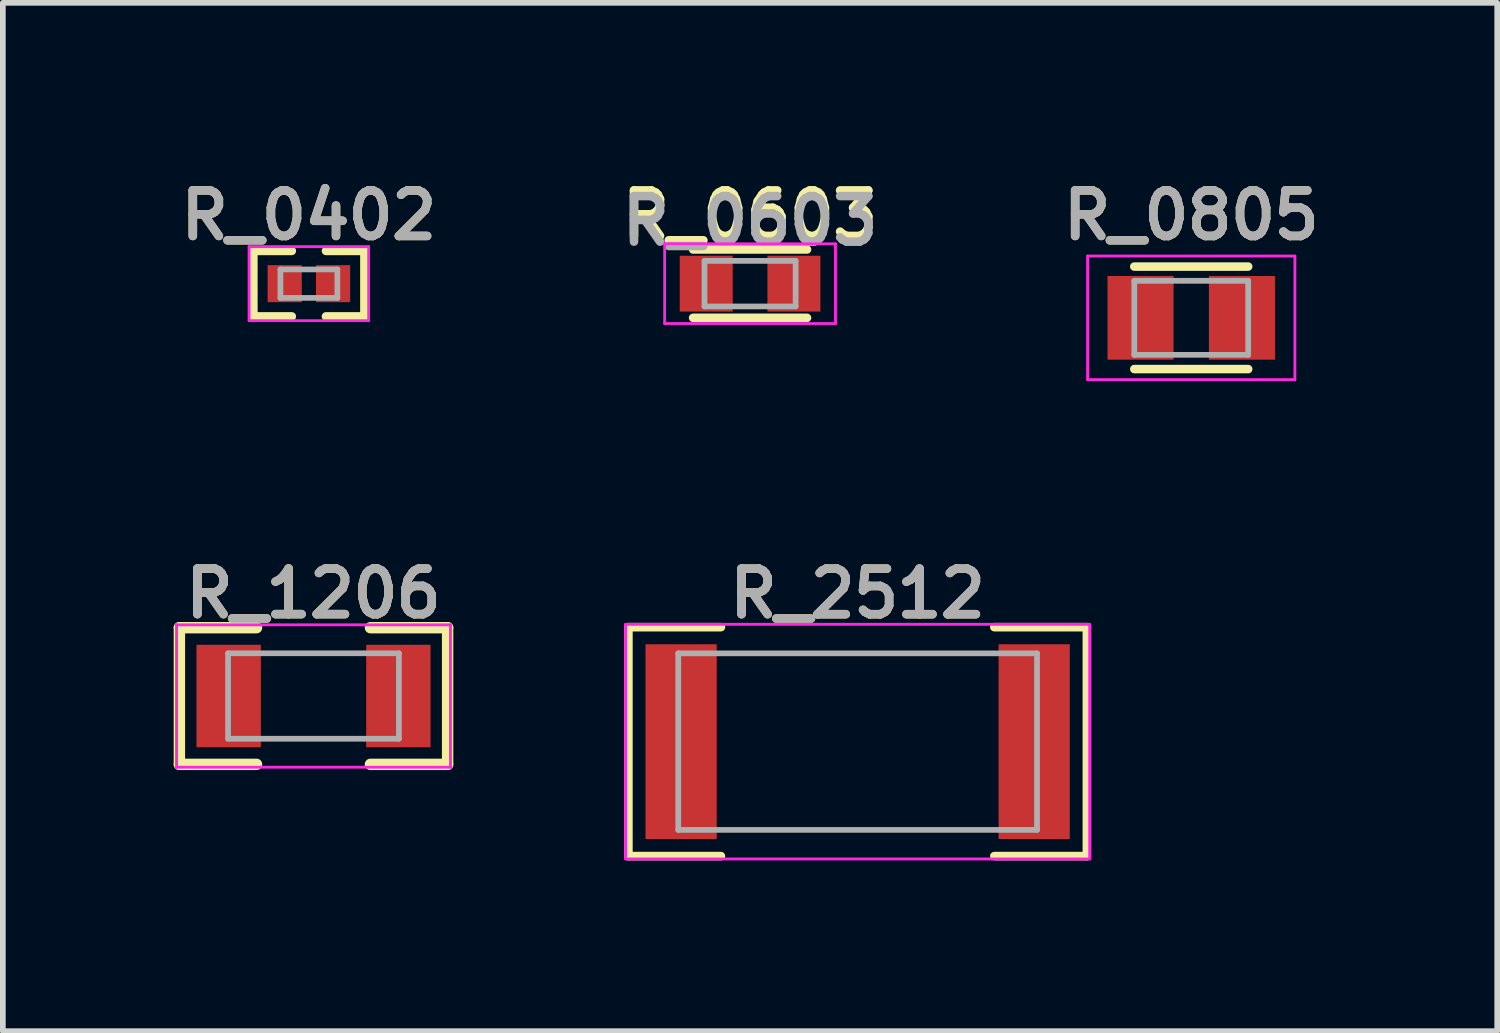
<source format=kicad_pcb>
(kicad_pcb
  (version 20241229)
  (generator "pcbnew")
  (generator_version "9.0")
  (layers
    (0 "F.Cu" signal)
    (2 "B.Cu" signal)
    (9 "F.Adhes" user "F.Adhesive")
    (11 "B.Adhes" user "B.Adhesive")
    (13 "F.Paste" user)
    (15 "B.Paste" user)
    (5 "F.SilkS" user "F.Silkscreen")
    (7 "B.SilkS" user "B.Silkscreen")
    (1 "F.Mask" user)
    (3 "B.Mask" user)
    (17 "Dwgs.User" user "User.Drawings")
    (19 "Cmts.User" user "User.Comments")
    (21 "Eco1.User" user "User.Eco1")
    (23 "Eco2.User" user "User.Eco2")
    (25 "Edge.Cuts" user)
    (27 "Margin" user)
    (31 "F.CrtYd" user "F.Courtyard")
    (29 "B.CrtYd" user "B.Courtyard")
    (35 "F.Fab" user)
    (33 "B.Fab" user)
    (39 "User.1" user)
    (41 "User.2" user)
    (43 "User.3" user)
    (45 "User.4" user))
  (footprint "R_0805"
    (layer "F.Cu")
    (at 17.868 2.531)
    (property "Reference" "R_0805" (at 0 -1.8 0) (layer "F.SilkS") (effects (font (size 0.8 0.8) (thickness 0.15))))
    (attr smd)
    (fp_line (start -1 -0.9) (end 1 -0.9) (stroke (width 0.15) (type solid)) (layer "F.SilkS"))
    (fp_line (start 1 0.9) (end -1 0.9) (stroke (width 0.15) (type solid)) (layer "F.SilkS"))
    (fp_line (start -1.82 -1.085) (end 1.82 -1.085) (stroke (width 0.05) (type solid)) (layer "F.CrtYd"))
    (fp_line (start -1.82 1.085) (end -1.82 -1.085) (stroke (width 0.05) (type solid)) (layer "F.CrtYd"))
    (fp_line (start 1.82 -1.085) (end 1.82 1.085) (stroke (width 0.05) (type solid)) (layer "F.CrtYd"))
    (fp_line (start 1.82 1.085) (end -1.82 1.085) (stroke (width 0.05) (type solid)) (layer "F.CrtYd"))
    (fp_line (start -1 -0.65) (end 1 -0.65) (stroke (width 0.1) (type solid)) (layer "F.Fab"))
    (fp_line (start -1 0.65) (end -1 -0.65) (stroke (width 0.1) (type solid)) (layer "F.Fab"))
    (fp_line (start 1 -0.65) (end 1 0.65) (stroke (width 0.1) (type solid)) (layer "F.Fab"))
    (fp_line (start 1 0.65) (end -1 0.65) (stroke (width 0.1) (type solid)) (layer "F.Fab"))
    (fp_text user "${REFERENCE}" (at 0 -1.8 0) (layer "F.Fab") (effects (font (size 0.8 0.8) (thickness 0.15))))
    (pad "1" smd rect (at -0.89 0) (size 1.16 1.47) (layers "F.Cu" "F.Mask" "F.Paste"))
    (pad "2" smd rect (at 0.89 0) (size 1.16 1.47) (layers "F.Cu" "F.Mask" "F.Paste")))
  (footprint "R_1206"
    (layer "F.Cu")
    (at 2.455 9.172)
    (property "Reference" "R_1206" (at 0 -1.8 0) (layer "F.SilkS") (effects (font (size 0.8 0.8) (thickness 0.15))))
    (attr smd)
    (fp_line (start -2.355 -1.2) (end -1 -1.2) (stroke (width 0.2) (type solid)) (layer "F.SilkS"))
    (fp_line (start -2.355 1.2) (end -2.355 -1.2) (stroke (width 0.2) (type solid)) (layer "F.SilkS"))
    (fp_line (start -2.355 1.2) (end -1 1.2) (stroke (width 0.2) (type solid)) (layer "F.SilkS"))
    (fp_line (start 1 -1.2) (end 2.355 -1.2) (stroke (width 0.2) (type solid)) (layer "F.SilkS"))
    (fp_line (start 1 1.2) (end 2.355 1.2) (stroke (width 0.2) (type solid)) (layer "F.SilkS"))
    (fp_line (start 2.355 1.2) (end 2.355 -1.2) (stroke (width 0.2) (type solid)) (layer "F.SilkS"))
    (fp_line (start -2.405 -1.25) (end 2.405 -1.25) (stroke (width 0.05) (type solid)) (layer "F.CrtYd"))
    (fp_line (start -2.405 1.25) (end -2.405 -1.25) (stroke (width 0.05) (type solid)) (layer "F.CrtYd"))
    (fp_line (start 2.405 -1.25) (end 2.405 1.25) (stroke (width 0.05) (type solid)) (layer "F.CrtYd"))
    (fp_line (start 2.405 1.25) (end -2.405 1.25) (stroke (width 0.05) (type solid)) (layer "F.CrtYd"))
    (fp_line (start -1.5 -0.75) (end 1.5 -0.75) (stroke (width 0.1) (type solid)) (layer "F.Fab"))
    (fp_line (start -1.5 0.75) (end -1.5 -0.75) (stroke (width 0.1) (type solid)) (layer "F.Fab"))
    (fp_line (start 1.5 -0.75) (end 1.5 0.75) (stroke (width 0.1) (type solid)) (layer "F.Fab"))
    (fp_line (start 1.5 0.75) (end -1.5 0.75) (stroke (width 0.1) (type solid)) (layer "F.Fab"))
    (fp_text user "${REFERENCE}" (at 0 -1.8 0) (layer "F.Fab") (effects (font (size 0.8 0.8) (thickness 0.15))))
    (pad "1" smd rect (at -1.49 0) (size 1.13 1.8) (layers "F.Cu" "F.Mask" "F.Paste"))
    (pad "2" smd rect (at 1.49 0) (size 1.13 1.8) (layers "F.Cu" "F.Mask" "F.Paste")))
  (footprint "R_0603"
    (layer "F.Cu")
    (at 10.121 1.931)
    (property "Reference" "R_0603" (at 0 -1.2 0) (layer "F.SilkS") (effects (font (size 0.8 0.8) (thickness 0.15))))
    (attr smd)
    (fp_line (start -1 -0.6) (end 1 -0.6) (stroke (width 0.15) (type solid)) (layer "F.SilkS"))
    (fp_line (start -1 0.6) (end 1 0.6) (stroke (width 0.15) (type solid)) (layer "F.SilkS"))
    (fp_line (start -1.5 -0.7) (end 1.5 -0.7) (stroke (width 0.05) (type solid)) (layer "F.CrtYd"))
    (fp_line (start -1.5 0.7) (end -1.5 -0.7) (stroke (width 0.05) (type solid)) (layer "F.CrtYd"))
    (fp_line (start 1.5 -0.7) (end 1.5 0.7) (stroke (width 0.05) (type solid)) (layer "F.CrtYd"))
    (fp_line (start 1.5 0.7) (end -1.5 0.7) (stroke (width 0.05) (type solid)) (layer "F.CrtYd"))
    (fp_line (start -0.8 -0.4) (end 0.8 -0.4) (stroke (width 0.1) (type solid)) (layer "F.Fab"))
    (fp_line (start -0.8 0.4) (end -0.8 -0.4) (stroke (width 0.1) (type solid)) (layer "F.Fab"))
    (fp_line (start 0.8 -0.4) (end 0.8 0.4) (stroke (width 0.1) (type solid)) (layer "F.Fab"))
    (fp_line (start 0.8 0.4) (end -0.8 0.4) (stroke (width 0.1) (type solid)) (layer "F.Fab"))
    (fp_text user "${REFERENCE}" (at 0 -1.1 0) (layer "F.Fab") (effects (font (size 0.8 0.8) (thickness 0.15))))
    (pad "1" smd rect (at -0.77 0) (size 0.93 0.98) (layers "F.Cu" "F.Mask" "F.Paste"))
    (pad "2" smd rect (at 0.77 0) (size 0.93 0.98) (layers "F.Cu" "F.Mask" "F.Paste")))
  (footprint "R_0402"
    (layer "F.Cu")
    (at 2.374 1.931)
    (property "Reference" "R_0402" (at 0 -1.2 0) (layer "F.SilkS") (effects (font (size 0.8 0.8) (thickness 0.15))))
    (attr smd)
    (fp_line (start -0.975 -0.575) (end -0.3 -0.575) (stroke (width 0.15) (type solid)) (layer "F.SilkS"))
    (fp_line (start -0.975 0.575) (end -0.975 -0.575) (stroke (width 0.15) (type solid)) (layer "F.SilkS"))
    (fp_line (start -0.975 0.575) (end -0.3 0.575) (stroke (width 0.15) (type solid)) (layer "F.SilkS"))
    (fp_line (start 0.3 -0.575) (end 0.975 -0.575) (stroke (width 0.15) (type solid)) (layer "F.SilkS"))
    (fp_line (start 0.3 0.575) (end 0.975 0.575) (stroke (width 0.15) (type solid)) (layer "F.SilkS"))
    (fp_line (start 0.975 -0.575) (end 0.975 0.575) (stroke (width 0.15) (type solid)) (layer "F.SilkS"))
    (fp_line (start -1.05 -0.65) (end 1.05 -0.65) (stroke (width 0.05) (type solid)) (layer "F.CrtYd"))
    (fp_line (start -1.05 0.65) (end -1.05 -0.65) (stroke (width 0.05) (type solid)) (layer "F.CrtYd"))
    (fp_line (start 1.05 -0.65) (end 1.05 0.65) (stroke (width 0.05) (type solid)) (layer "F.CrtYd"))
    (fp_line (start 1.05 0.65) (end -1.05 0.65) (stroke (width 0.05) (type solid)) (layer "F.CrtYd"))
    (fp_line (start -0.5 -0.25) (end 0.5 -0.25) (stroke (width 0.1) (type solid)) (layer "F.Fab"))
    (fp_line (start -0.5 0.25) (end -0.5 -0.25) (stroke (width 0.1) (type solid)) (layer "F.Fab"))
    (fp_line (start 0.5 -0.25) (end 0.5 0.25) (stroke (width 0.1) (type solid)) (layer "F.Fab"))
    (fp_line (start 0.5 0.25) (end -0.5 0.25) (stroke (width 0.1) (type solid)) (layer "F.Fab"))
    (fp_text user "${REFERENCE}" (at 0 -1.2 0) (layer "F.Fab") (effects (font (size 0.8 0.8) (thickness 0.15))))
    (pad "1" smd rect (at -0.425 0) (size 0.6 0.65) (layers "F.Cu" "F.Mask" "F.Paste"))
    (pad "2" smd rect (at 0.425 0) (size 0.6 0.65) (layers "F.Cu" "F.Mask" "F.Paste")))
  (footprint "R_2512"
    (layer "F.Cu")
    (at 12.01 9.973)
    (property "Reference" "R_2512" (at 0 -2.6 0) (layer "F.SilkS") (effects (font (size 0.8 0.8) (thickness 0.15))))
    (attr through_hole)
    (fp_line (start -4.025 -2.01) (end -2.4 -2.01) (stroke (width 0.15) (type solid)) (layer "F.SilkS"))
    (fp_line (start -4.025 2.01) (end -4.025 -2.01) (stroke (width 0.15) (type solid)) (layer "F.SilkS"))
    (fp_line (start -4.025 2.01) (end -2.4 2.01) (stroke (width 0.15) (type solid)) (layer "F.SilkS"))
    (fp_line (start 2.4 -2.01) (end 4.025 -2.01) (stroke (width 0.15) (type solid)) (layer "F.SilkS"))
    (fp_line (start 2.4 2.01) (end 4.025 2.01) (stroke (width 0.15) (type solid)) (layer "F.SilkS"))
    (fp_line (start 4.025 2.01) (end 4.025 -2.01) (stroke (width 0.15) (type solid)) (layer "F.SilkS"))
    (fp_line (start -4.075 -2.06) (end 4.075 -2.06) (stroke (width 0.05) (type solid)) (layer "F.CrtYd"))
    (fp_line (start -4.075 2.06) (end -4.075 -2.06) (stroke (width 0.05) (type solid)) (layer "F.CrtYd"))
    (fp_line (start 4.075 -2.06) (end 4.075 2.06) (stroke (width 0.05) (type solid)) (layer "F.CrtYd"))
    (fp_line (start 4.075 2.06) (end -4.075 2.06) (stroke (width 0.05) (type solid)) (layer "F.CrtYd"))
    (fp_line (start -3.15 -1.55) (end 3.15 -1.55) (stroke (width 0.1) (type solid)) (layer "F.Fab"))
    (fp_line (start -3.15 1.55) (end -3.15 -1.55) (stroke (width 0.1) (type solid)) (layer "F.Fab"))
    (fp_line (start 3.15 -1.55) (end 3.15 1.55) (stroke (width 0.1) (type solid)) (layer "F.Fab"))
    (fp_line (start 3.15 1.55) (end -3.15 1.55) (stroke (width 0.1) (type solid)) (layer "F.Fab"))
    (fp_text user "${REFERENCE}" (at 0 -2.6 0) (layer "F.Fab") (effects (font (size 0.8 0.8) (thickness 0.15))))
    (pad "1" smd rect (at -3.1 0) (size 1.25 3.42) (layers "F.Cu" "F.Mask" "F.Paste"))
    (pad "2" smd rect (at 3.1 0) (size 1.25 3.42) (layers "F.Cu" "F.Mask" "F.Paste")))
  (gr_rect
    (start -3 -3)
    (end 23.241 15.057)
    (stroke (width 0.1) (type default))
    (fill no)
    (layer "Edge.Cuts")))
</source>
